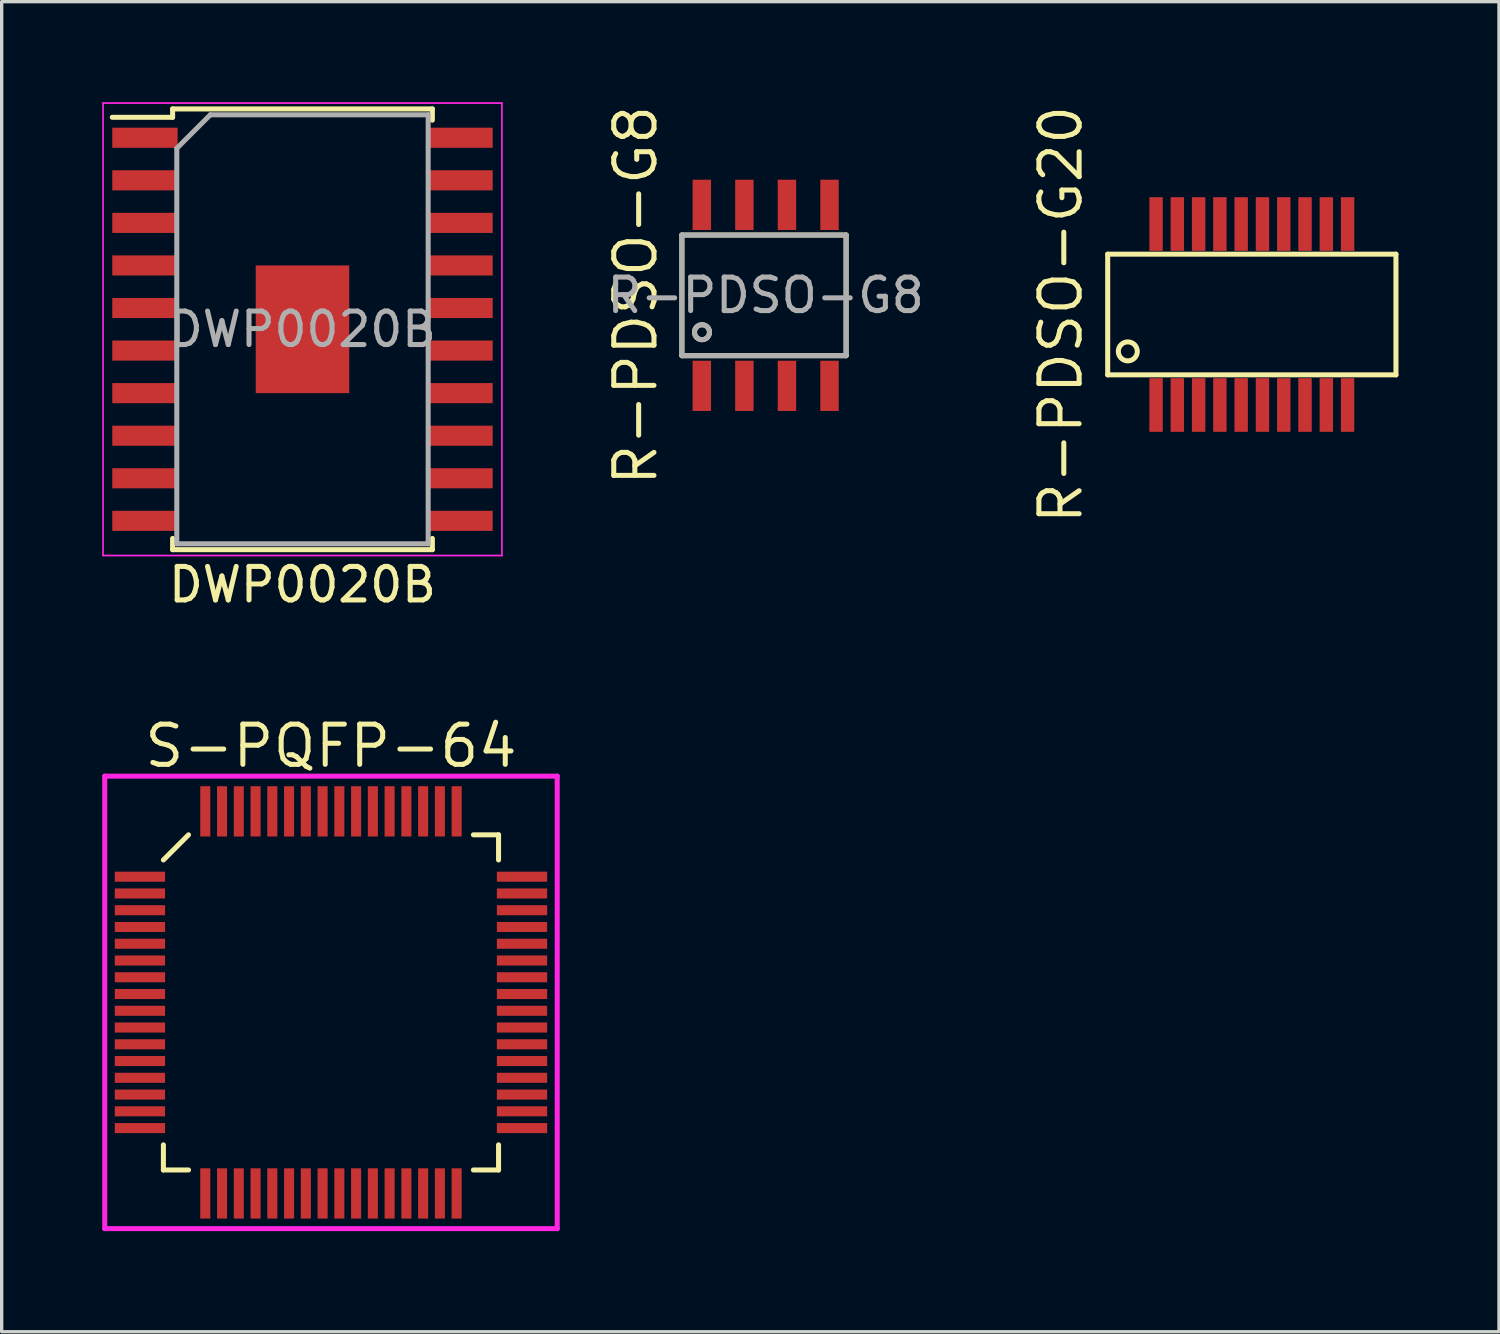
<source format=kicad_pcb>
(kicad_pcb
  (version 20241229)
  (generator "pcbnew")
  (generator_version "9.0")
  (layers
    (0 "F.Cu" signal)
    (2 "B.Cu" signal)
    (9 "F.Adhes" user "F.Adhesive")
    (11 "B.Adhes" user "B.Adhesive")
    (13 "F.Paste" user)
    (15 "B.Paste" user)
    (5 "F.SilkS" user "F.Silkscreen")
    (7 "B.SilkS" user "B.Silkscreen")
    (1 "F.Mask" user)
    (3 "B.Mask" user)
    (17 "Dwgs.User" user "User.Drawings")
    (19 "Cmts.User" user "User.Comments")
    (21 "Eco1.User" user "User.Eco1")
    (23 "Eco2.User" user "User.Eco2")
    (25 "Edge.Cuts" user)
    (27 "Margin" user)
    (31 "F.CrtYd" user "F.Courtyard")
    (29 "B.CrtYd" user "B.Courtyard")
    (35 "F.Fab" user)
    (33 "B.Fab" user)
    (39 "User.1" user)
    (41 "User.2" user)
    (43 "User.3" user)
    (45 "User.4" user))
  (footprint "S-PQFP-64"
    (layer "F.Cu")
    (at 6.825 26.858)
    (property "Reference" "S-PQFP-64" (at 0 -7.65 0) (layer "F.SilkS") (effects (font (size 1.2 1.2) (thickness 0.15))))
    (attr through_hole)
    (fp_line (start -5 -4.25) (end -4.25 -5) (stroke (width 0.15) (type solid)) (layer "F.SilkS"))
    (fp_line (start -5 5) (end -5 4.25) (stroke (width 0.15) (type solid)) (layer "F.SilkS"))
    (fp_line (start -4.25 5) (end -5 5) (stroke (width 0.15) (type solid)) (layer "F.SilkS"))
    (fp_line (start 4.25 -5) (end 5 -5) (stroke (width 0.15) (type solid)) (layer "F.SilkS"))
    (fp_line (start 4.25 5) (end 5 5) (stroke (width 0.15) (type solid)) (layer "F.SilkS"))
    (fp_line (start 5 -5) (end 5 -4.25) (stroke (width 0.15) (type solid)) (layer "F.SilkS"))
    (fp_line (start 5 5) (end 5 4.25) (stroke (width 0.15) (type solid)) (layer "F.SilkS"))
    (fp_line (start -6.75 -6.75) (end 6.75 -6.75) (stroke (width 0.15) (type solid)) (layer "F.CrtYd"))
    (fp_line (start -6.75 6.75) (end -6.75 -6.75) (stroke (width 0.15) (type solid)) (layer "F.CrtYd"))
    (fp_line (start 6.75 -6.75) (end 6.75 6.75) (stroke (width 0.15) (type solid)) (layer "F.CrtYd"))
    (fp_line (start 6.75 6.75) (end -6.75 6.75) (stroke (width 0.15) (type solid)) (layer "F.CrtYd"))
    (pad "1" smd rect (at -5.7 -3.75 90) (size 0.3 1.5) (layers "F.Cu" "F.Mask" "F.Paste"))
    (pad "2" smd rect (at -5.7 -3.25 90) (size 0.3 1.5) (layers "F.Cu" "F.Mask" "F.Paste"))
    (pad "3" smd rect (at -5.7 -2.75 90) (size 0.3 1.5) (layers "F.Cu" "F.Mask" "F.Paste"))
    (pad "4" smd rect (at -5.7 -2.25 90) (size 0.3 1.5) (layers "F.Cu" "F.Mask" "F.Paste"))
    (pad "5" smd rect (at -5.7 -1.75 90) (size 0.3 1.5) (layers "F.Cu" "F.Mask" "F.Paste"))
    (pad "6" smd rect (at -5.7 -1.25 90) (size 0.3 1.5) (layers "F.Cu" "F.Mask" "F.Paste"))
    (pad "7" smd rect (at -5.7 -0.75 90) (size 0.3 1.5) (layers "F.Cu" "F.Mask" "F.Paste"))
    (pad "8" smd rect (at -5.7 -0.25 90) (size 0.3 1.5) (layers "F.Cu" "F.Mask" "F.Paste"))
    (pad "9" smd rect (at -5.7 0.25 90) (size 0.3 1.5) (layers "F.Cu" "F.Mask" "F.Paste"))
    (pad "10" smd rect (at -5.7 0.75 90) (size 0.3 1.5) (layers "F.Cu" "F.Mask" "F.Paste"))
    (pad "11" smd rect (at -5.7 1.25 90) (size 0.3 1.5) (layers "F.Cu" "F.Mask" "F.Paste"))
    (pad "12" smd rect (at -5.7 1.75 90) (size 0.3 1.5) (layers "F.Cu" "F.Mask" "F.Paste"))
    (pad "13" smd rect (at -5.7 2.25 90) (size 0.3 1.5) (layers "F.Cu" "F.Mask" "F.Paste"))
    (pad "14" smd rect (at -5.7 2.75 90) (size 0.3 1.5) (layers "F.Cu" "F.Mask" "F.Paste"))
    (pad "15" smd rect (at -5.7 3.25 90) (size 0.3 1.5) (layers "F.Cu" "F.Mask" "F.Paste"))
    (pad "16" smd rect (at -5.7 3.75 90) (size 0.3 1.5) (layers "F.Cu" "F.Mask" "F.Paste"))
    (pad "17" smd rect (at -3.75 5.7) (size 0.3 1.5) (layers "F.Cu" "F.Mask" "F.Paste"))
    (pad "18" smd rect (at -3.25 5.7) (size 0.3 1.5) (layers "F.Cu" "F.Mask" "F.Paste"))
    (pad "19" smd rect (at -2.75 5.7) (size 0.3 1.5) (layers "F.Cu" "F.Mask" "F.Paste"))
    (pad "20" smd rect (at -2.25 5.7) (size 0.3 1.5) (layers "F.Cu" "F.Mask" "F.Paste"))
    (pad "21" smd rect (at -1.75 5.7) (size 0.3 1.5) (layers "F.Cu" "F.Mask" "F.Paste"))
    (pad "22" smd rect (at -1.25 5.7) (size 0.3 1.5) (layers "F.Cu" "F.Mask" "F.Paste"))
    (pad "23" smd rect (at -0.75 5.7) (size 0.3 1.5) (layers "F.Cu" "F.Mask" "F.Paste"))
    (pad "24" smd rect (at -0.25 5.7) (size 0.3 1.5) (layers "F.Cu" "F.Mask" "F.Paste"))
    (pad "25" smd rect (at 0.25 5.7) (size 0.3 1.5) (layers "F.Cu" "F.Mask" "F.Paste"))
    (pad "26" smd rect (at 0.75 5.7) (size 0.3 1.5) (layers "F.Cu" "F.Mask" "F.Paste"))
    (pad "27" smd rect (at 1.25 5.7) (size 0.3 1.5) (layers "F.Cu" "F.Mask" "F.Paste"))
    (pad "28" smd rect (at 1.75 5.7) (size 0.3 1.5) (layers "F.Cu" "F.Mask" "F.Paste"))
    (pad "29" smd rect (at 2.25 5.7) (size 0.3 1.5) (layers "F.Cu" "F.Mask" "F.Paste"))
    (pad "30" smd rect (at 2.75 5.7) (size 0.3 1.5) (layers "F.Cu" "F.Mask" "F.Paste"))
    (pad "31" smd rect (at 3.25 5.7) (size 0.3 1.5) (layers "F.Cu" "F.Mask" "F.Paste"))
    (pad "32" smd rect (at 3.75 5.7) (size 0.3 1.5) (layers "F.Cu" "F.Mask" "F.Paste"))
    (pad "33" smd rect (at 5.7 3.75 90) (size 0.3 1.5) (layers "F.Cu" "F.Mask" "F.Paste"))
    (pad "34" smd rect (at 5.7 3.25 90) (size 0.3 1.5) (layers "F.Cu" "F.Mask" "F.Paste"))
    (pad "35" smd rect (at 5.7 2.75 90) (size 0.3 1.5) (layers "F.Cu" "F.Mask" "F.Paste"))
    (pad "36" smd rect (at 5.7 2.25 90) (size 0.3 1.5) (layers "F.Cu" "F.Mask" "F.Paste"))
    (pad "37" smd rect (at 5.7 1.75 90) (size 0.3 1.5) (layers "F.Cu" "F.Mask" "F.Paste"))
    (pad "38" smd rect (at 5.7 1.25 90) (size 0.3 1.5) (layers "F.Cu" "F.Mask" "F.Paste"))
    (pad "39" smd rect (at 5.7 0.75 90) (size 0.3 1.5) (layers "F.Cu" "F.Mask" "F.Paste"))
    (pad "40" smd rect (at 5.7 0.25 90) (size 0.3 1.5) (layers "F.Cu" "F.Mask" "F.Paste"))
    (pad "41" smd rect (at 5.7 -0.25 90) (size 0.3 1.5) (layers "F.Cu" "F.Mask" "F.Paste"))
    (pad "42" smd rect (at 5.7 -0.75 90) (size 0.3 1.5) (layers "F.Cu" "F.Mask" "F.Paste"))
    (pad "43" smd rect (at 5.7 -1.25 90) (size 0.3 1.5) (layers "F.Cu" "F.Mask" "F.Paste"))
    (pad "44" smd rect (at 5.7 -1.75 90) (size 0.3 1.5) (layers "F.Cu" "F.Mask" "F.Paste"))
    (pad "45" smd rect (at 5.7 -2.25 90) (size 0.3 1.5) (layers "F.Cu" "F.Mask" "F.Paste"))
    (pad "46" smd rect (at 5.7 -2.75 90) (size 0.3 1.5) (layers "F.Cu" "F.Mask" "F.Paste"))
    (pad "47" smd rect (at 5.7 -3.25 90) (size 0.3 1.5) (layers "F.Cu" "F.Mask" "F.Paste"))
    (pad "48" smd rect (at 5.7 -3.75 90) (size 0.3 1.5) (layers "F.Cu" "F.Mask" "F.Paste"))
    (pad "49" smd rect (at 3.75 -5.7) (size 0.3 1.5) (layers "F.Cu" "F.Mask" "F.Paste"))
    (pad "50" smd rect (at 3.25 -5.7) (size 0.3 1.5) (layers "F.Cu" "F.Mask" "F.Paste"))
    (pad "51" smd rect (at 2.75 -5.7) (size 0.3 1.5) (layers "F.Cu" "F.Mask" "F.Paste"))
    (pad "52" smd rect (at 2.25 -5.7) (size 0.3 1.5) (layers "F.Cu" "F.Mask" "F.Paste"))
    (pad "53" smd rect (at 1.75 -5.7) (size 0.3 1.5) (layers "F.Cu" "F.Mask" "F.Paste"))
    (pad "54" smd rect (at 1.25 -5.7) (size 0.3 1.5) (layers "F.Cu" "F.Mask" "F.Paste"))
    (pad "55" smd rect (at 0.75 -5.7) (size 0.3 1.5) (layers "F.Cu" "F.Mask" "F.Paste"))
    (pad "56" smd rect (at 0.25 -5.7) (size 0.3 1.5) (layers "F.Cu" "F.Mask" "F.Paste"))
    (pad "57" smd rect (at -0.25 -5.7) (size 0.3 1.5) (layers "F.Cu" "F.Mask" "F.Paste"))
    (pad "58" smd rect (at -0.75 -5.7) (size 0.3 1.5) (layers "F.Cu" "F.Mask" "F.Paste"))
    (pad "59" smd rect (at -1.25 -5.7) (size 0.3 1.5) (layers "F.Cu" "F.Mask" "F.Paste"))
    (pad "60" smd rect (at -1.75 -5.7) (size 0.3 1.5) (layers "F.Cu" "F.Mask" "F.Paste"))
    (pad "61" smd rect (at -2.25 -5.7) (size 0.3 1.5) (layers "F.Cu" "F.Mask" "F.Paste"))
    (pad "62" smd rect (at -2.75 -5.7) (size 0.3 1.5) (layers "F.Cu" "F.Mask" "F.Paste"))
    (pad "63" smd rect (at -3.25 -5.7) (size 0.3 1.5) (layers "F.Cu" "F.Mask" "F.Paste"))
    (pad "64" smd rect (at -3.75 -5.7) (size 0.3 1.5) (layers "F.Cu" "F.Mask" "F.Paste")))
  (footprint "R-PDSO-G20"
    (layer "F.Cu")
    (at 34.3 6.334)
    (property "Reference" "R-PDSO-G20" (at -5.7 0 90) (layer "F.SilkS") (effects (font (size 1.2 1.2) (thickness 0.15))))
    (attr through_hole)
    (fp_line (start -4.3 -1.8) (end 4.3 -1.8) (stroke (width 0.15) (type solid)) (layer "F.SilkS"))
    (fp_line (start -4.3 1.8) (end -4.3 -1.8) (stroke (width 0.15) (type solid)) (layer "F.SilkS"))
    (fp_line (start 4.3 -1.8) (end 4.3 1.8) (stroke (width 0.15) (type solid)) (layer "F.SilkS"))
    (fp_line (start 4.3 1.8) (end -4.3 1.8) (stroke (width 0.15) (type solid)) (layer "F.SilkS"))
    (fp_circle (center -3.7 1.1) (end -3.5 1.3) (stroke (width 0.15) (type solid)) (fill no) (layer "F.SilkS"))
    (pad "1" smd rect (at -2.857 2.7) (size 0.4 1.6) (layers "F.Cu" "F.Mask" "F.Paste"))
    (pad "2" smd rect (at -2.223 2.7) (size 0.4 1.6) (layers "F.Cu" "F.Mask" "F.Paste"))
    (pad "3" smd rect (at -1.587 2.7) (size 0.4 1.6) (layers "F.Cu" "F.Mask" "F.Paste"))
    (pad "4" smd rect (at -0.953 2.7) (size 0.4 1.6) (layers "F.Cu" "F.Mask" "F.Paste"))
    (pad "5" smd rect (at -0.318 2.7) (size 0.4 1.6) (layers "F.Cu" "F.Mask" "F.Paste"))
    (pad "6" smd rect (at 0.318 2.7) (size 0.4 1.6) (layers "F.Cu" "F.Mask" "F.Paste"))
    (pad "7" smd rect (at 0.953 2.7) (size 0.4 1.6) (layers "F.Cu" "F.Mask" "F.Paste"))
    (pad "8" smd rect (at 1.587 2.7) (size 0.4 1.6) (layers "F.Cu" "F.Mask" "F.Paste"))
    (pad "9" smd rect (at 2.223 2.7) (size 0.4 1.6) (layers "F.Cu" "F.Mask" "F.Paste"))
    (pad "10" smd rect (at 2.857 2.7) (size 0.4 1.6) (layers "F.Cu" "F.Mask" "F.Paste"))
    (pad "11" smd rect (at 2.857 -2.7) (size 0.4 1.6) (layers "F.Cu" "F.Mask" "F.Paste"))
    (pad "12" smd rect (at 2.223 -2.7) (size 0.4 1.6) (layers "F.Cu" "F.Mask" "F.Paste"))
    (pad "13" smd rect (at 1.587 -2.7) (size 0.4 1.6) (layers "F.Cu" "F.Mask" "F.Paste"))
    (pad "14" smd rect (at 0.953 -2.7) (size 0.4 1.6) (layers "F.Cu" "F.Mask" "F.Paste"))
    (pad "15" smd rect (at 0.318 -2.7) (size 0.4 1.6) (layers "F.Cu" "F.Mask" "F.Paste"))
    (pad "16" smd rect (at -0.318 -2.7) (size 0.4 1.6) (layers "F.Cu" "F.Mask" "F.Paste"))
    (pad "17" smd rect (at -0.953 -2.7) (size 0.4 1.6) (layers "F.Cu" "F.Mask" "F.Paste"))
    (pad "18" smd rect (at -1.587 -2.7) (size 0.4 1.6) (layers "F.Cu" "F.Mask" "F.Paste"))
    (pad "19" smd rect (at -2.223 -2.7) (size 0.4 1.6) (layers "F.Cu" "F.Mask" "F.Paste"))
    (pad "20" smd rect (at -2.857 -2.7) (size 0.4 1.6) (layers "F.Cu" "F.Mask" "F.Paste")))
  (footprint "R-PDSO-G8"
    (layer "F.Cu")
    (at 19.795 5.762)
    (property "Reference" "R-PDSO-G8" (at -3.88 0 90) (layer "F.SilkS") (effects (font (size 1.2 1.2) (thickness 0.15))))
    (attr through_hole)
    (fp_line (start -2.5 -1.8) (end 2.4 -1.8) (stroke (width 0.15) (type solid)) (layer "F.SilkS"))
    (fp_line (start -2.5 1.8) (end -2.5 -1.8) (stroke (width 0.15) (type solid)) (layer "F.SilkS"))
    (fp_line (start 2.4 -1.8) (end 2.4 1.8) (stroke (width 0.15) (type solid)) (layer "F.SilkS"))
    (fp_line (start 2.4 1.8) (end -2.5 1.8) (stroke (width 0.15) (type solid)) (layer "F.SilkS"))
    (fp_circle (center -1.9 1.1) (end -1.7 1.2) (stroke (width 0.15) (type solid)) (fill no) (layer "F.SilkS"))
    (fp_line (start -2.5 -1.8) (end -2.5 1.8) (stroke (width 0.15) (type solid)) (layer "F.Fab"))
    (fp_line (start -2.5 1.8) (end 2.4 1.8) (stroke (width 0.15) (type solid)) (layer "F.Fab"))
    (fp_line (start 2.4 -1.8) (end -2.5 -1.8) (stroke (width 0.15) (type solid)) (layer "F.Fab"))
    (fp_line (start 2.4 1.8) (end 2.4 -1.8) (stroke (width 0.15) (type solid)) (layer "F.Fab"))
    (fp_circle (center -1.9 1.1) (end -1.7 1.2) (stroke (width 0.15) (type solid)) (fill no) (layer "F.Fab"))
    (fp_text user "${REFERENCE}" (at 0 0 0) (layer "F.Fab") (effects (font (size 1 1) (thickness 0.15))))
    (pad "1" smd rect (at -1.905 2.7) (size 0.55 1.5) (layers "F.Cu" "F.Mask" "F.Paste"))
    (pad "2" smd rect (at -0.635 2.7) (size 0.55 1.5) (layers "F.Cu" "F.Mask" "F.Paste"))
    (pad "3" smd rect (at 0.635 2.7) (size 0.55 1.5) (layers "F.Cu" "F.Mask" "F.Paste"))
    (pad "4" smd rect (at 1.905 2.7) (size 0.55 1.5) (layers "F.Cu" "F.Mask" "F.Paste"))
    (pad "5" smd rect (at 1.905 -2.7) (size 0.55 1.5) (layers "F.Cu" "F.Mask" "F.Paste"))
    (pad "6" smd rect (at 0.635 -2.7) (size 0.55 1.5) (layers "F.Cu" "F.Mask" "F.Paste"))
    (pad "7" smd rect (at -0.635 -2.7) (size 0.55 1.5) (layers "F.Cu" "F.Mask" "F.Paste"))
    (pad "8" smd rect (at -1.905 -2.7) (size 0.55 1.5) (layers "F.Cu" "F.Mask" "F.Paste")))
  (footprint "DWP0020B"
    (layer "F.Cu")
    (at 5.975 6.775)
    (property "Reference" "DWP0020B" (at 0 7.62 0) (layer "F.SilkS") (effects (font (size 1 1) (thickness 0.15))))
    (attr smd)
    (fp_line (start -3.875 -6.575) (end -3.875 -6.325) (stroke (width 0.15) (type solid)) (layer "F.SilkS"))
    (fp_line (start -3.875 -6.575) (end 3.875 -6.575) (stroke (width 0.15) (type solid)) (layer "F.SilkS"))
    (fp_line (start -3.875 -6.325) (end -5.675 -6.325) (stroke (width 0.15) (type solid)) (layer "F.SilkS"))
    (fp_line (start -3.875 6.575) (end -3.875 6.24) (stroke (width 0.15) (type solid)) (layer "F.SilkS"))
    (fp_line (start -3.875 6.575) (end 3.875 6.575) (stroke (width 0.15) (type solid)) (layer "F.SilkS"))
    (fp_line (start 3.875 -6.575) (end 3.875 -6.24) (stroke (width 0.15) (type solid)) (layer "F.SilkS"))
    (fp_line (start 3.875 6.575) (end 3.875 6.24) (stroke (width 0.15) (type solid)) (layer "F.SilkS"))
    (fp_line (start -5.95 -6.75) (end -5.95 6.75) (stroke (width 0.05) (type solid)) (layer "F.CrtYd"))
    (fp_line (start -5.95 -6.75) (end 5.95 -6.75) (stroke (width 0.05) (type solid)) (layer "F.CrtYd"))
    (fp_line (start -5.95 6.75) (end 5.95 6.75) (stroke (width 0.05) (type solid)) (layer "F.CrtYd"))
    (fp_line (start 5.95 -6.75) (end 5.95 6.75) (stroke (width 0.05) (type solid)) (layer "F.CrtYd"))
    (fp_line (start -3.75 -5.4) (end -2.75 -6.4) (stroke (width 0.15) (type solid)) (layer "F.Fab"))
    (fp_line (start -3.75 6.4) (end -3.75 -5.4) (stroke (width 0.15) (type solid)) (layer "F.Fab"))
    (fp_line (start -2.75 -6.4) (end 3.75 -6.4) (stroke (width 0.15) (type solid)) (layer "F.Fab"))
    (fp_line (start 3.75 -6.4) (end 3.75 6.4) (stroke (width 0.15) (type solid)) (layer "F.Fab"))
    (fp_line (start 3.75 6.4) (end -3.75 6.4) (stroke (width 0.15) (type solid)) (layer "F.Fab"))
    (fp_text user "${REFERENCE}" (at 0 0 0) (layer "F.Fab") (effects (font (size 1 1) (thickness 0.15))))
    (pad "" smd rect (at 0 0) (size 2.79 3.81) (layers "F.Cu" "F.Mask" "F.Paste"))
    (pad "1" smd rect (at -4.7 -5.715) (size 1.95 0.6) (layers "F.Cu" "F.Mask" "F.Paste"))
    (pad "2" smd rect (at -4.7 -4.445) (size 1.95 0.6) (layers "F.Cu" "F.Mask" "F.Paste"))
    (pad "3" smd rect (at -4.7 -3.175) (size 1.95 0.6) (layers "F.Cu" "F.Mask" "F.Paste"))
    (pad "4" smd rect (at -4.7 -1.905) (size 1.95 0.6) (layers "F.Cu" "F.Mask" "F.Paste"))
    (pad "5" smd rect (at -4.7 -0.635) (size 1.95 0.6) (layers "F.Cu" "F.Mask" "F.Paste"))
    (pad "6" smd rect (at -4.7 0.635) (size 1.95 0.6) (layers "F.Cu" "F.Mask" "F.Paste"))
    (pad "7" smd rect (at -4.7 1.905) (size 1.95 0.6) (layers "F.Cu" "F.Mask" "F.Paste"))
    (pad "8" smd rect (at -4.7 3.175) (size 1.95 0.6) (layers "F.Cu" "F.Mask" "F.Paste"))
    (pad "9" smd rect (at -4.7 4.445) (size 1.95 0.6) (layers "F.Cu" "F.Mask" "F.Paste"))
    (pad "10" smd rect (at -4.7 5.715) (size 1.95 0.6) (layers "F.Cu" "F.Mask" "F.Paste"))
    (pad "11" smd rect (at 4.7 5.715) (size 1.95 0.6) (layers "F.Cu" "F.Mask" "F.Paste"))
    (pad "12" smd rect (at 4.7 4.445) (size 1.95 0.6) (layers "F.Cu" "F.Mask" "F.Paste"))
    (pad "13" smd rect (at 4.7 3.175) (size 1.95 0.6) (layers "F.Cu" "F.Mask" "F.Paste"))
    (pad "14" smd rect (at 4.7 1.905) (size 1.95 0.6) (layers "F.Cu" "F.Mask" "F.Paste"))
    (pad "15" smd rect (at 4.7 0.635) (size 1.95 0.6) (layers "F.Cu" "F.Mask" "F.Paste"))
    (pad "16" smd rect (at 4.7 -0.635) (size 1.95 0.6) (layers "F.Cu" "F.Mask" "F.Paste"))
    (pad "17" smd rect (at 4.7 -1.905) (size 1.95 0.6) (layers "F.Cu" "F.Mask" "F.Paste"))
    (pad "18" smd rect (at 4.7 -3.175) (size 1.95 0.6) (layers "F.Cu" "F.Mask" "F.Paste"))
    (pad "19" smd rect (at 4.7 -4.445) (size 1.95 0.6) (layers "F.Cu" "F.Mask" "F.Paste"))
    (pad "20" smd rect (at 4.7 -5.715) (size 1.95 0.6) (layers "F.Cu" "F.Mask" "F.Paste")))
  (gr_rect
    (start -3 -3)
    (end 41.675 36.684)
    (stroke (width 0.1) (type default))
    (fill no)
    (layer "Edge.Cuts")))
</source>
